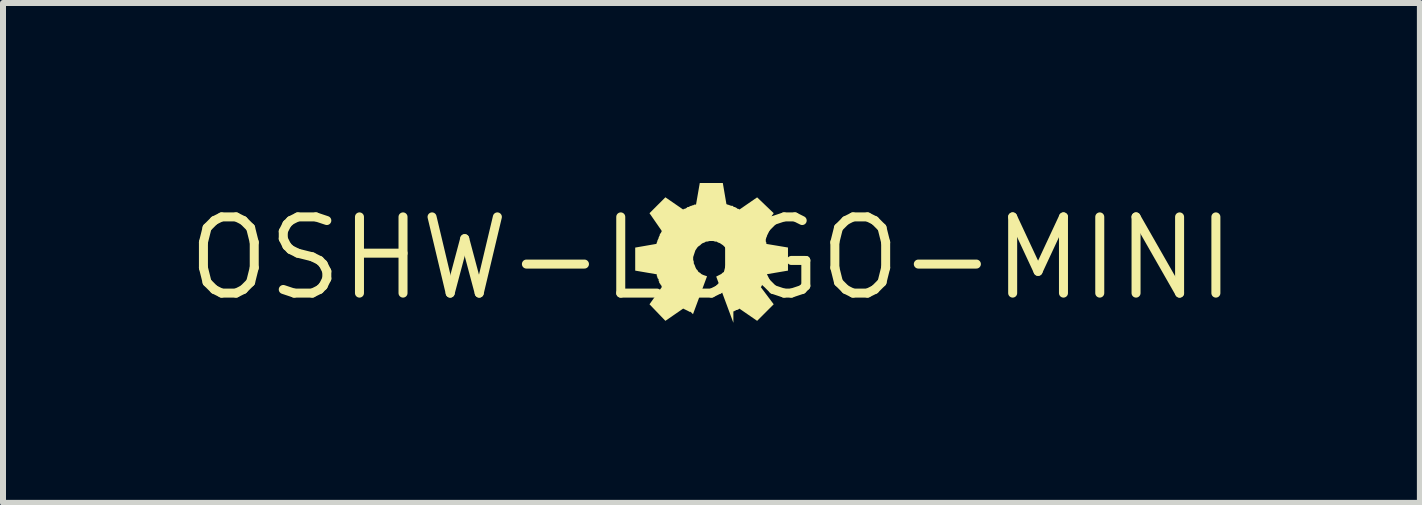
<source format=kicad_pcb>
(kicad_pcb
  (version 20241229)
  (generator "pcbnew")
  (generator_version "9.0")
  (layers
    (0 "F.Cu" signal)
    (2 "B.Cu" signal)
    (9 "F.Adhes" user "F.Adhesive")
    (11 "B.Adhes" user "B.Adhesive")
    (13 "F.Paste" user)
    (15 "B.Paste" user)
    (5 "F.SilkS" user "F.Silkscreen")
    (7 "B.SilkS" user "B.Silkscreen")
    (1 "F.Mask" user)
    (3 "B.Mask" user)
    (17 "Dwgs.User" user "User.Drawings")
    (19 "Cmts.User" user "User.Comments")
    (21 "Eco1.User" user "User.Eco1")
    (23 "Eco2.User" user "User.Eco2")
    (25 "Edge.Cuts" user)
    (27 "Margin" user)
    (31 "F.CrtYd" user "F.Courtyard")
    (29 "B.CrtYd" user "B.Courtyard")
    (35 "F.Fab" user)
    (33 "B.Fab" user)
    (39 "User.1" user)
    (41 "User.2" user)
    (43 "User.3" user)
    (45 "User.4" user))
  (footprint "OSHW-LOGO-MINI"
    (layer "F.Cu")
    (at 8.807 1.255)
    (property "Reference" "OSHW-LOGO-MINI" (at 0 0 0) (layer "F.SilkS") (effects (font (size 1.27 1.27) (thickness 0.15))))
    (fp_poly (pts (xy 0.249 -0.904) (xy 0.266 -0.895) (xy 0.276 -0.895) (xy 0.296 -0.885) (xy 0.306 -0.885) (xy 0.326 -0.875) (xy 0.352 -0.875) (xy 0.369 -0.859) (xy 0.376 -0.855) (xy 0.386 -0.855) (xy 0.419 -0.839) (xy 0.429 -0.829) (xy 0.436 -0.825) (xy 0.446 -0.825) (xy 0.468 -0.814) (xy 0.761 -1.016) (xy 1.037 -0.752) (xy 0.824 -0.458) (xy 0.828 -0.45) (xy 0.845 -0.433) (xy 0.845 -0.413) (xy 0.848 -0.41) (xy 0.858 -0.39) (xy 0.875 -0.373) (xy 0.875 -0.353) (xy 0.885 -0.343) (xy 0.885 -0.316) (xy 0.888 -0.31) (xy 0.905 -0.293) (xy 0.905 -0.273) (xy 0.915 -0.263) (xy 0.915 -0.24) (xy 1.275 -0.18) (xy 1.275 0.205) (xy 0.915 0.266) (xy 0.915 0.272) (xy 0.905 0.292) (xy 0.905 0.302) (xy 0.895 0.322) (xy 0.895 0.332) (xy 0.875 0.372) (xy 0.875 0.382) (xy 0.858 0.415) (xy 0.848 0.425) (xy 0.845 0.432) (xy 0.845 0.442) (xy 0.828 0.475) (xy 0.822 0.48) (xy 1.037 0.766) (xy 0.761 1.042) (xy 0.465 0.838) (xy 0.452 0.851) (xy 0.442 0.851) (xy 0.432 0.861) (xy 0.412 0.861) (xy 0.402 0.871) (xy 0.392 0.871) (xy 0.382 0.881) (xy 0.372 0.881) (xy 0.365 0.888) (xy 0.365 1.075) (xy 0.079 0.304) (xy 0.164 0.261) (xy 0.184 0.241) (xy 0.204 0.231) (xy 0.235 0.2) (xy 0.245 0.18) (xy 0.265 0.16) (xy 0.271 0.148) (xy 0.281 0.118) (xy 0.289 0.104) (xy 0.289 0.086) (xy 0.299 0.056) (xy 0.299 -0.021) (xy 0.289 -0.051) (xy 0.289 -0.076) (xy 0.272 -0.101) (xy 0.262 -0.131) (xy 0.227 -0.183) (xy 0.192 -0.218) (xy 0.14 -0.253) (xy 0.11 -0.263) (xy 0.085 -0.279) (xy 0.06 -0.279) (xy 0.03 -0.289) (xy -0.029 -0.289) (xy -0.069 -0.279) (xy -0.092 -0.279) (xy -0.117 -0.263) (xy -0.147 -0.253) (xy -0.169 -0.238) (xy -0.189 -0.218) (xy -0.219 -0.198) (xy -0.234 -0.183) (xy -0.269 -0.131) (xy -0.305 -0.021) (xy -0.305 0.026) (xy -0.295 0.056) (xy -0.295 0.084) (xy -0.278 0.118) (xy -0.268 0.148) (xy -0.252 0.18) (xy -0.232 0.2) (xy -0.222 0.22) (xy -0.211 0.231) (xy -0.191 0.241) (xy -0.171 0.261) (xy -0.139 0.277) (xy -0.074 0.299) (xy -0.308 0.931) (xy -0.349 0.891) (xy -0.369 0.891) (xy -0.379 0.881) (xy -0.389 0.881) (xy -0.399 0.871) (xy -0.409 0.871) (xy -0.419 0.861) (xy -0.429 0.861) (xy -0.439 0.851) (xy -0.449 0.851) (xy -0.459 0.841) (xy -0.469 0.841) (xy -0.472 0.838) (xy -0.768 1.042) (xy -1.033 0.766) (xy -0.828 0.479) (xy -0.831 0.472) (xy -0.831 0.462) (xy -0.835 0.455) (xy -0.845 0.445) (xy -0.855 0.425) (xy -0.871 0.408) (xy -0.871 0.388) (xy -0.881 0.378) (xy -0.881 0.352) (xy -0.885 0.345) (xy -0.901 0.328) (xy -0.901 0.308) (xy -0.911 0.298) (xy -0.911 0.272) (xy -0.914 0.266) (xy -1.271 0.205) (xy -1.271 -0.179) (xy -0.92 -0.24) (xy -0.911 -0.256) (xy -0.911 -0.266) (xy -0.901 -0.286) (xy -0.901 -0.296) (xy -0.881 -0.336) (xy -0.881 -0.346) (xy -0.865 -0.38) (xy -0.861 -0.383) (xy -0.861 -0.403) (xy -0.845 -0.42) (xy -0.835 -0.44) (xy -0.831 -0.443) (xy -0.831 -0.46) (xy -1.033 -0.752) (xy -0.768 -1.017) (xy -0.472 -0.813) (xy -0.459 -0.825) (xy -0.439 -0.825) (xy -0.436 -0.829) (xy -0.416 -0.839) (xy -0.399 -0.855) (xy -0.379 -0.855) (xy -0.376 -0.859) (xy -0.342 -0.875) (xy -0.332 -0.875) (xy -0.312 -0.885) (xy -0.299 -0.885) (xy -0.289 -0.895) (xy -0.262 -0.895) (xy -0.257 -0.898) (xy -0.195 -1.255) (xy 0.189 -1.255)) (stroke (width 0) (type default)) (fill yes) (layer "F.SilkS")))
  (gr_rect
    (start -3 -3)
    (end 20.613 5.33)
    (stroke (width 0.1) (type default))
    (fill no)
    (layer "Edge.Cuts")))
</source>
